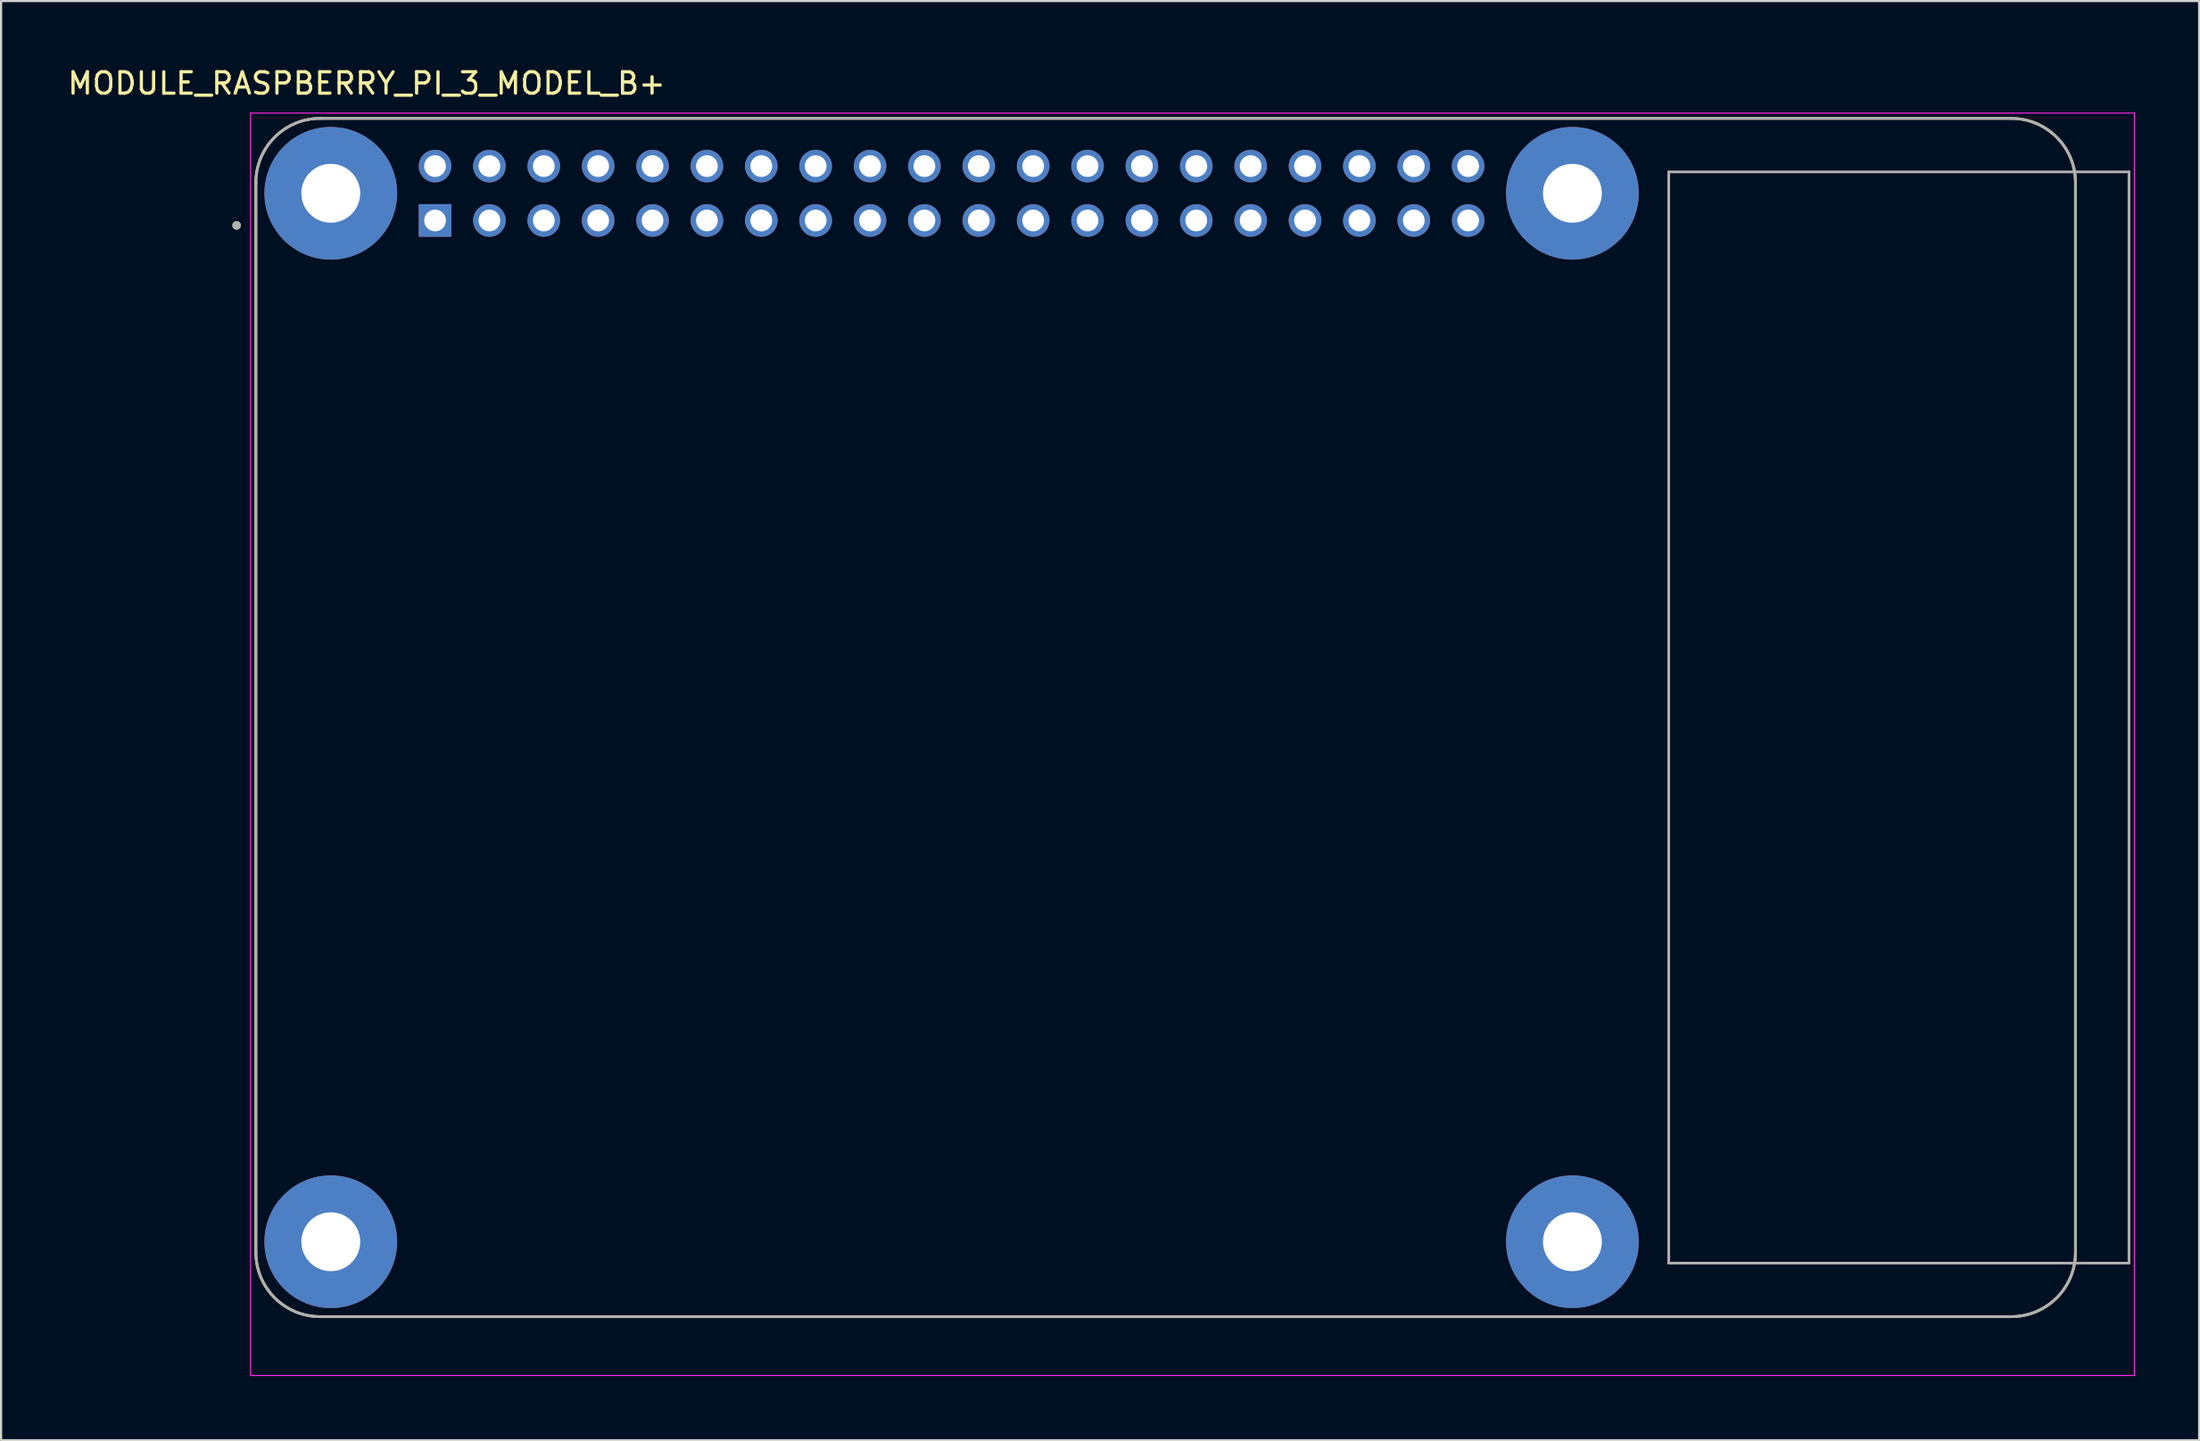
<source format=kicad_pcb>
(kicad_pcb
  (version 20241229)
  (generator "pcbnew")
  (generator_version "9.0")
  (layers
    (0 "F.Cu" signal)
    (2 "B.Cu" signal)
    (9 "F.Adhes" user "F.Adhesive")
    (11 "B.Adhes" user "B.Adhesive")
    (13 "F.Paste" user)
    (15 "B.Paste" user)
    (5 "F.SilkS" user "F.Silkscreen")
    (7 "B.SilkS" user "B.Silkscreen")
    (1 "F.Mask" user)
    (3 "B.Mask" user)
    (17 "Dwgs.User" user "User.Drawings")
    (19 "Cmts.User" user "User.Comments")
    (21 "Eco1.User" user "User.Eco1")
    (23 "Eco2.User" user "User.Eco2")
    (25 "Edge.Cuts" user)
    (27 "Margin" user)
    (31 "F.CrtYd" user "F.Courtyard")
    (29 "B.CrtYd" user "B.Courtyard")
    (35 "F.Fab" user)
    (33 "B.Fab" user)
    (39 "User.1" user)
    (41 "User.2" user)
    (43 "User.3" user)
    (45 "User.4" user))
  (footprint "MODULE_RASPBERRY_PI_3_MODEL_B+"
    (layer "F.Cu")
    (at 51.402 30.483)
    (property "Reference" "MODULE_RASPBERRY_PI_3_MODEL_B+" (at -37.325 -29.635 0) (layer "F.SilkS") (effects (font (size 1 1) (thickness 0.15))))
    (attr through_hole)
    (fp_line (start -42.5 -25) (end -42.5 25) (stroke (width 0.127) (type solid)) (layer "F.SilkS"))
    (fp_line (start -39.5 28) (end 39.5 28) (stroke (width 0.127) (type solid)) (layer "F.SilkS"))
    (fp_line (start 39.5 -28) (end -39.5 -28) (stroke (width 0.127) (type solid)) (layer "F.SilkS"))
    (fp_line (start 42.5 25) (end 42.5 -25) (stroke (width 0.127) (type solid)) (layer "F.SilkS"))
    (fp_arc (start -42.5 -25) (mid -41.62132 -27.12132) (end -39.5 -28) (stroke (width 0.127) (type solid)) (layer "F.SilkS"))
    (fp_arc (start -39.5 28) (mid -41.62132 27.12132) (end -42.5 25) (stroke (width 0.127) (type solid)) (layer "F.SilkS"))
    (fp_arc (start 39.5 -28) (mid 41.62132 -27.12132) (end 42.5 -25) (stroke (width 0.127) (type solid)) (layer "F.SilkS"))
    (fp_arc (start 42.5 25) (mid 41.62132 27.12132) (end 39.5 28) (stroke (width 0.127) (type solid)) (layer "F.SilkS"))
    (fp_circle (center -43.4 -23) (end -43.3 -23) (stroke (width 0.2) (type solid)) (fill no) (layer "F.SilkS"))
    (fp_line (start -42.75 -28.25) (end 45.25 -28.25) (stroke (width 0.05) (type solid)) (layer "F.CrtYd"))
    (fp_line (start -42.75 30.75) (end -42.75 -28.25) (stroke (width 0.05) (type solid)) (layer "F.CrtYd"))
    (fp_line (start 45.25 -28.25) (end 45.25 30.75) (stroke (width 0.05) (type solid)) (layer "F.CrtYd"))
    (fp_line (start 45.25 30.75) (end -42.75 30.75) (stroke (width 0.05) (type solid)) (layer "F.CrtYd"))
    (fp_line (start -42.5 -25) (end -42.5 25) (stroke (width 0.127) (type solid)) (layer "F.Fab"))
    (fp_line (start -39.5 28) (end 39.5 28) (stroke (width 0.127) (type solid)) (layer "F.Fab"))
    (fp_line (start 23.5 -25.5) (end 23.5 25.5) (stroke (width 0.127) (type solid)) (layer "F.Fab"))
    (fp_line (start 23.5 25.5) (end 45 25.5) (stroke (width 0.127) (type solid)) (layer "F.Fab"))
    (fp_line (start 39.5 -28) (end -39.5 -28) (stroke (width 0.127) (type solid)) (layer "F.Fab"))
    (fp_line (start 42.5 25) (end 42.5 -25) (stroke (width 0.127) (type solid)) (layer "F.Fab"))
    (fp_line (start 45 -25.5) (end 23.5 -25.5) (stroke (width 0.127) (type solid)) (layer "F.Fab"))
    (fp_line (start 45 25.5) (end 45 -25.5) (stroke (width 0.127) (type solid)) (layer "F.Fab"))
    (fp_arc (start -42.5 -25) (mid -41.62132 -27.12132) (end -39.5 -28) (stroke (width 0.127) (type solid)) (layer "F.Fab"))
    (fp_arc (start -39.5 28) (mid -41.62132 27.12132) (end -42.5 25) (stroke (width 0.127) (type solid)) (layer "F.Fab"))
    (fp_arc (start 39.5 -28) (mid 41.62132 -27.12132) (end 42.5 -25) (stroke (width 0.127) (type solid)) (layer "F.Fab"))
    (fp_arc (start 42.5 25) (mid 41.62132 27.12132) (end 39.5 28) (stroke (width 0.127) (type solid)) (layer "F.Fab"))
    (fp_circle (center -43.4 -23) (end -43.3 -23) (stroke (width 0.2) (type solid)) (fill no) (layer "F.Fab"))
    (pad "1" thru_hole rect (at -34.13 -23.23) (size 1.524 1.524) (drill 1.016) (layers "*.Cu" "*.Mask"))
    (pad "2" thru_hole circle (at -34.13 -25.77) (size 1.524 1.524) (drill 1.016) (layers "*.Cu" "*.Mask"))
    (pad "3" thru_hole circle (at -31.59 -23.23) (size 1.524 1.524) (drill 1.016) (layers "*.Cu" "*.Mask"))
    (pad "4" thru_hole circle (at -31.59 -25.77) (size 1.524 1.524) (drill 1.016) (layers "*.Cu" "*.Mask"))
    (pad "5" thru_hole circle (at -29.05 -23.23) (size 1.524 1.524) (drill 1.016) (layers "*.Cu" "*.Mask"))
    (pad "6" thru_hole circle (at -29.05 -25.77) (size 1.524 1.524) (drill 1.016) (layers "*.Cu" "*.Mask"))
    (pad "7" thru_hole circle (at -26.51 -23.23) (size 1.524 1.524) (drill 1.016) (layers "*.Cu" "*.Mask"))
    (pad "8" thru_hole circle (at -26.51 -25.77) (size 1.524 1.524) (drill 1.016) (layers "*.Cu" "*.Mask"))
    (pad "9" thru_hole circle (at -23.97 -23.23) (size 1.524 1.524) (drill 1.016) (layers "*.Cu" "*.Mask"))
    (pad "10" thru_hole circle (at -23.97 -25.77) (size 1.524 1.524) (drill 1.016) (layers "*.Cu" "*.Mask"))
    (pad "11" thru_hole circle (at -21.43 -23.23) (size 1.524 1.524) (drill 1.016) (layers "*.Cu" "*.Mask"))
    (pad "12" thru_hole circle (at -21.43 -25.77) (size 1.524 1.524) (drill 1.016) (layers "*.Cu" "*.Mask"))
    (pad "13" thru_hole circle (at -18.89 -23.23) (size 1.524 1.524) (drill 1.016) (layers "*.Cu" "*.Mask"))
    (pad "14" thru_hole circle (at -18.89 -25.77) (size 1.524 1.524) (drill 1.016) (layers "*.Cu" "*.Mask"))
    (pad "15" thru_hole circle (at -16.35 -23.23) (size 1.524 1.524) (drill 1.016) (layers "*.Cu" "*.Mask"))
    (pad "16" thru_hole circle (at -16.35 -25.77) (size 1.524 1.524) (drill 1.016) (layers "*.Cu" "*.Mask"))
    (pad "17" thru_hole circle (at -13.81 -23.23) (size 1.524 1.524) (drill 1.016) (layers "*.Cu" "*.Mask"))
    (pad "18" thru_hole circle (at -13.81 -25.77) (size 1.524 1.524) (drill 1.016) (layers "*.Cu" "*.Mask"))
    (pad "19" thru_hole circle (at -11.27 -23.23) (size 1.524 1.524) (drill 1.016) (layers "*.Cu" "*.Mask"))
    (pad "20" thru_hole circle (at -11.27 -25.77) (size 1.524 1.524) (drill 1.016) (layers "*.Cu" "*.Mask"))
    (pad "21" thru_hole circle (at -8.73 -23.23) (size 1.524 1.524) (drill 1.016) (layers "*.Cu" "*.Mask"))
    (pad "22" thru_hole circle (at -8.73 -25.77) (size 1.524 1.524) (drill 1.016) (layers "*.Cu" "*.Mask"))
    (pad "23" thru_hole circle (at -6.19 -23.23) (size 1.524 1.524) (drill 1.016) (layers "*.Cu" "*.Mask"))
    (pad "24" thru_hole circle (at -6.19 -25.77) (size 1.524 1.524) (drill 1.016) (layers "*.Cu" "*.Mask"))
    (pad "25" thru_hole circle (at -3.65 -23.23) (size 1.524 1.524) (drill 1.016) (layers "*.Cu" "*.Mask"))
    (pad "26" thru_hole circle (at -3.65 -25.77) (size 1.524 1.524) (drill 1.016) (layers "*.Cu" "*.Mask"))
    (pad "27" thru_hole circle (at -1.11 -23.23) (size 1.524 1.524) (drill 1.016) (layers "*.Cu" "*.Mask"))
    (pad "28" thru_hole circle (at -1.11 -25.77) (size 1.524 1.524) (drill 1.016) (layers "*.Cu" "*.Mask"))
    (pad "29" thru_hole circle (at 1.43 -23.23) (size 1.524 1.524) (drill 1.016) (layers "*.Cu" "*.Mask"))
    (pad "30" thru_hole circle (at 1.43 -25.77) (size 1.524 1.524) (drill 1.016) (layers "*.Cu" "*.Mask"))
    (pad "31" thru_hole circle (at 3.97 -23.23) (size 1.524 1.524) (drill 1.016) (layers "*.Cu" "*.Mask"))
    (pad "32" thru_hole circle (at 3.97 -25.77) (size 1.524 1.524) (drill 1.016) (layers "*.Cu" "*.Mask"))
    (pad "33" thru_hole circle (at 6.51 -23.23) (size 1.524 1.524) (drill 1.016) (layers "*.Cu" "*.Mask"))
    (pad "34" thru_hole circle (at 6.51 -25.77) (size 1.524 1.524) (drill 1.016) (layers "*.Cu" "*.Mask"))
    (pad "35" thru_hole circle (at 9.05 -23.23) (size 1.524 1.524) (drill 1.016) (layers "*.Cu" "*.Mask"))
    (pad "36" thru_hole circle (at 9.05 -25.77) (size 1.524 1.524) (drill 1.016) (layers "*.Cu" "*.Mask"))
    (pad "37" thru_hole circle (at 11.59 -23.23) (size 1.524 1.524) (drill 1.016) (layers "*.Cu" "*.Mask"))
    (pad "38" thru_hole circle (at 11.59 -25.77) (size 1.524 1.524) (drill 1.016) (layers "*.Cu" "*.Mask"))
    (pad "39" thru_hole circle (at 14.13 -23.23) (size 1.524 1.524) (drill 1.016) (layers "*.Cu" "*.Mask"))
    (pad "40" thru_hole circle (at 14.13 -25.77) (size 1.524 1.524) (drill 1.016) (layers "*.Cu" "*.Mask"))
    (pad "S1" thru_hole circle (at -39 -24.5) (size 6.2 6.2) (drill 2.75) (layers "*.Cu" "*.Mask"))
    (pad "S2" thru_hole circle (at 19 -24.5) (size 6.2 6.2) (drill 2.75) (layers "*.Cu" "*.Mask"))
    (pad "S3" thru_hole circle (at 19 24.5) (size 6.2 6.2) (drill 2.75) (layers "*.Cu" "*.Mask"))
    (pad "S4" thru_hole circle (at -39 24.5) (size 6.2 6.2) (drill 2.75) (layers "*.Cu" "*.Mask")))
  (gr_rect
    (start -3 -3)
    (end 99.677 64.258)
    (stroke (width 0.1) (type default))
    (fill no)
    (layer "Edge.Cuts")))
</source>
